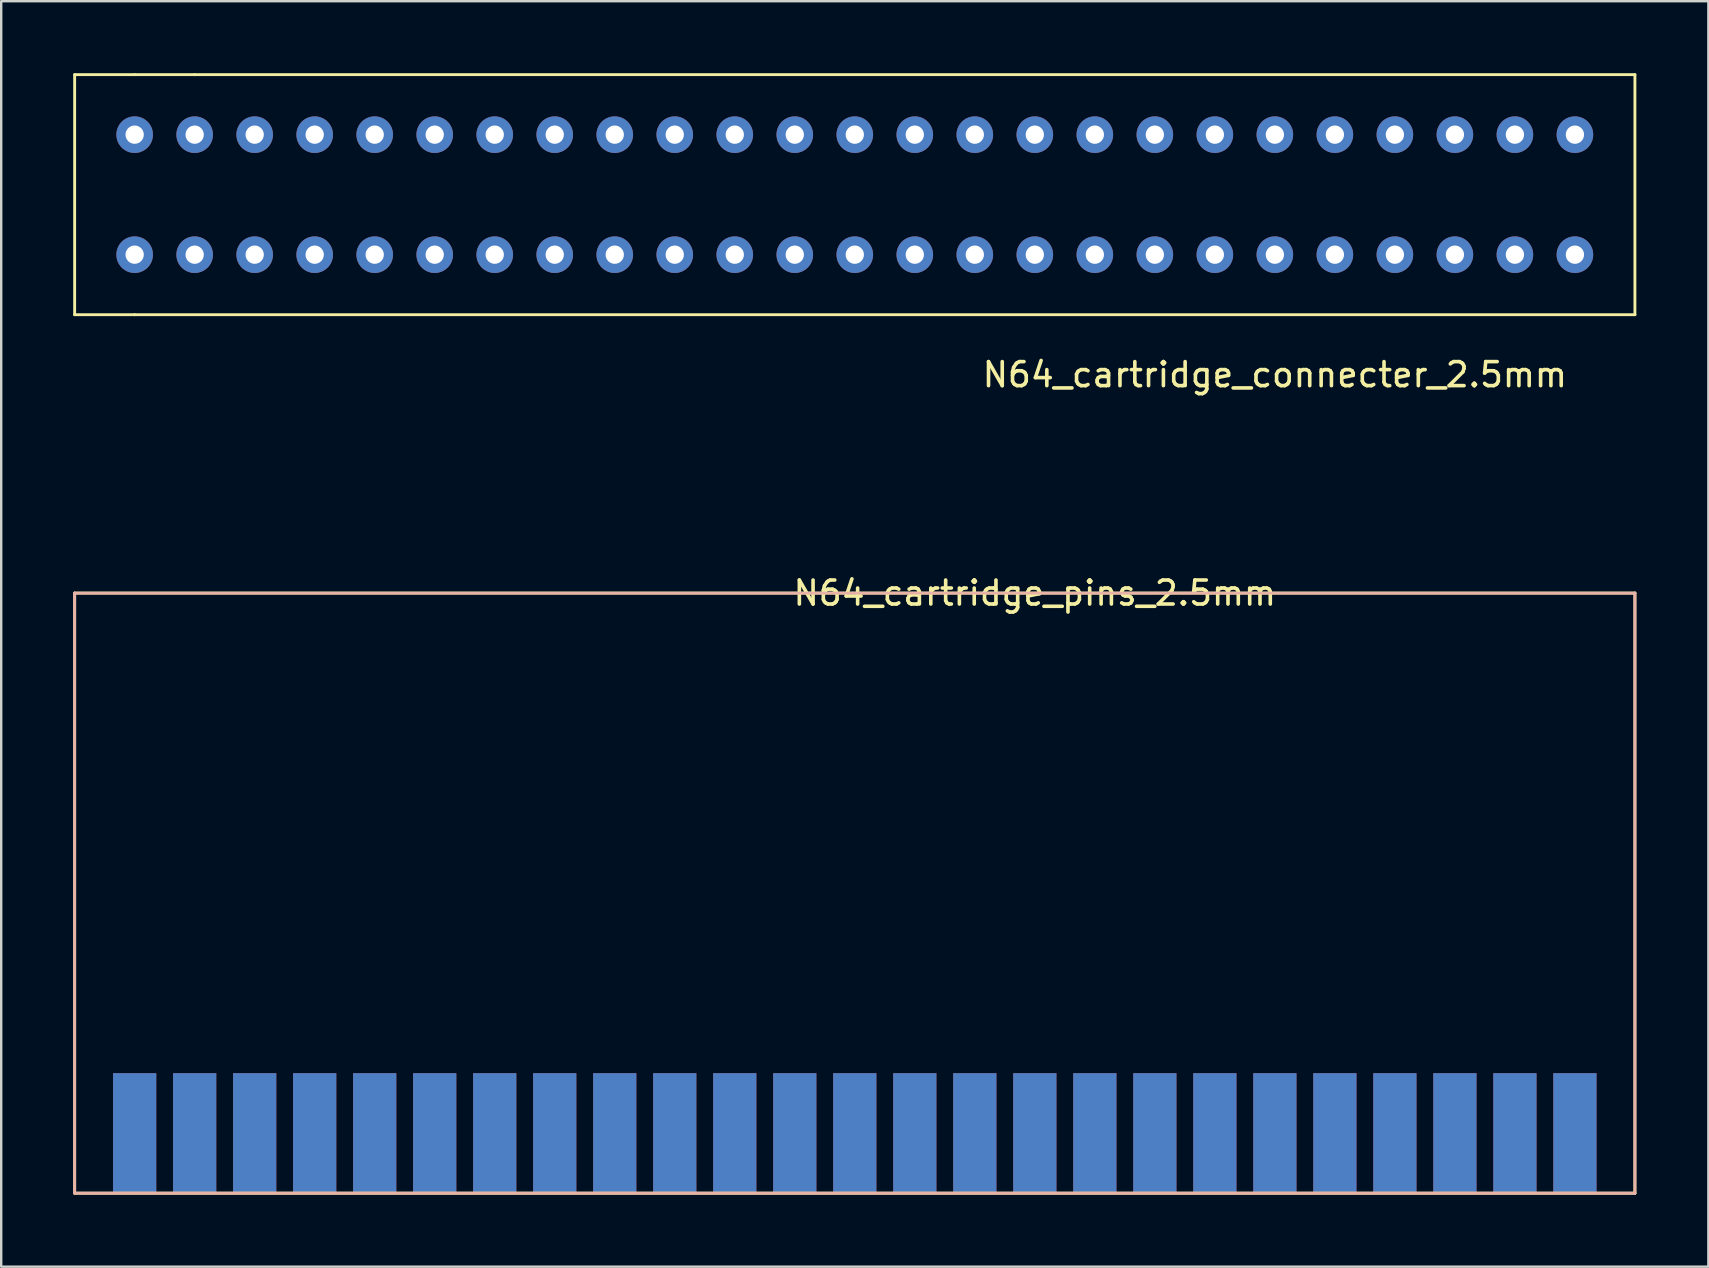
<source format=kicad_pcb>
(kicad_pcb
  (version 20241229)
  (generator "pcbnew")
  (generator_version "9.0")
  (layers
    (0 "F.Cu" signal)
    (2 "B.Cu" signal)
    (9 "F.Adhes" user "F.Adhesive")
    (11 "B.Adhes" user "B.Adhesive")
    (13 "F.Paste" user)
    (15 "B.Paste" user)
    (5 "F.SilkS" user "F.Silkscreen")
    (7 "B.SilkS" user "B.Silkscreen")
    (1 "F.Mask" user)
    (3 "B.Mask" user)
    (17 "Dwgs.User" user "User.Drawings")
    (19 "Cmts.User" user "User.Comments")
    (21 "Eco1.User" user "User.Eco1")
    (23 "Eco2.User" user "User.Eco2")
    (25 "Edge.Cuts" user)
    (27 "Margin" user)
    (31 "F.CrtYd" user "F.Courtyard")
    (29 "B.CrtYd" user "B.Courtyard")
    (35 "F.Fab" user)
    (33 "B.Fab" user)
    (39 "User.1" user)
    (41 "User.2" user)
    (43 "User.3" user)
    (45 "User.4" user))
  (footprint "N64_cartridge_pins_2.5mm"
    (layer "F.Cu")
    (at 27.56 16.658)
    (property "Reference" "N64_cartridge_pins_2.5mm" (at 12.5 5 0) (layer "F.SilkS") (effects (font (size 1 1) (thickness 0.15))))
    (attr through_hole)
    (fp_line (start -27.5 5) (end -27.5 30) (stroke (width 0.12) (type solid)) (layer "F.SilkS"))
    (fp_line (start -27.5 30) (end 37.5 30) (stroke (width 0.12) (type solid)) (layer "F.SilkS"))
    (fp_line (start 37.5 5) (end -27.5 5) (stroke (width 0.12) (type solid)) (layer "F.SilkS"))
    (fp_line (start 37.5 30) (end 37.5 5) (stroke (width 0.12) (type solid)) (layer "F.SilkS"))
    (fp_line (start -27.5 5) (end 37.5 5) (stroke (width 0.12) (type solid)) (layer "B.SilkS"))
    (fp_line (start -27.5 30) (end -27.5 5) (stroke (width 0.12) (type solid)) (layer "B.SilkS"))
    (fp_line (start 37.5 5) (end 37.5 30) (stroke (width 0.12) (type solid)) (layer "B.SilkS"))
    (fp_line (start 37.5 30) (end -27.5 30) (stroke (width 0.12) (type solid)) (layer "B.SilkS"))
    (pad "1" smd rect (at -25 27.5) (size 1.8 5) (layers "F.Cu" "F.Mask" "F.Paste"))
    (pad "2" smd rect (at -22.5 27.5) (size 1.8 5) (layers "F.Cu" "F.Mask" "F.Paste"))
    (pad "3" smd rect (at -20 27.5) (size 1.8 5) (layers "F.Cu" "F.Mask" "F.Paste"))
    (pad "4" smd rect (at -17.5 27.5) (size 1.8 5) (layers "F.Cu" "F.Mask" "F.Paste"))
    (pad "5" smd rect (at -15 27.5) (size 1.8 5) (layers "F.Cu" "F.Mask" "F.Paste"))
    (pad "6" smd rect (at -12.5 27.5) (size 1.8 5) (layers "F.Cu" "F.Mask" "F.Paste"))
    (pad "7" smd rect (at -10 27.5) (size 1.8 5) (layers "F.Cu" "F.Mask" "F.Paste"))
    (pad "8" smd rect (at -7.5 27.5) (size 1.8 5) (layers "F.Cu" "F.Mask" "F.Paste"))
    (pad "9" smd rect (at -5 27.5) (size 1.8 5) (layers "F.Cu" "F.Mask" "F.Paste"))
    (pad "10" smd rect (at -2.5 27.5) (size 1.8 5) (layers "F.Cu" "F.Mask" "F.Paste"))
    (pad "11" smd rect (at 0 27.5) (size 1.8 5) (layers "F.Cu" "F.Mask" "F.Paste"))
    (pad "12" smd rect (at 2.5 27.5) (size 1.8 5) (layers "F.Cu" "F.Mask" "F.Paste"))
    (pad "13" smd rect (at 5 27.5) (size 1.8 5) (layers "F.Cu" "F.Mask" "F.Paste"))
    (pad "14" smd rect (at 7.5 27.5) (size 1.8 5) (layers "F.Cu" "F.Mask" "F.Paste"))
    (pad "15" smd rect (at 10 27.5) (size 1.8 5) (layers "F.Cu" "F.Mask" "F.Paste"))
    (pad "16" smd rect (at 12.5 27.5) (size 1.8 5) (layers "F.Cu" "F.Mask" "F.Paste"))
    (pad "17" smd rect (at 15 27.5) (size 1.8 5) (layers "F.Cu" "F.Mask" "F.Paste"))
    (pad "18" smd rect (at 17.5 27.5) (size 1.8 5) (layers "F.Cu" "F.Mask" "F.Paste"))
    (pad "19" smd rect (at 20 27.5) (size 1.8 5) (layers "F.Cu" "F.Mask" "F.Paste"))
    (pad "20" smd rect (at 22.5 27.5) (size 1.8 5) (layers "F.Cu" "F.Mask" "F.Paste"))
    (pad "21" smd rect (at 25 27.5) (size 1.8 5) (layers "F.Cu" "F.Mask" "F.Paste"))
    (pad "22" smd rect (at 27.5 27.5) (size 1.8 5) (layers "F.Cu" "F.Mask" "F.Paste"))
    (pad "23" smd rect (at 30 27.5) (size 1.8 5) (layers "F.Cu" "F.Mask" "F.Paste"))
    (pad "24" smd rect (at 32.5 27.5) (size 1.8 5) (layers "F.Cu" "F.Mask" "F.Paste"))
    (pad "25" smd rect (at 35 27.5) (size 1.8 5) (layers "F.Cu" "F.Mask" "F.Paste"))
    (pad "26" smd rect (at -25 27.5) (size 1.8 5) (layers "B.Cu" "B.Mask" "B.Paste"))
    (pad "27" smd rect (at -22.5 27.5) (size 1.8 5) (layers "B.Cu" "B.Mask" "B.Paste"))
    (pad "28" smd rect (at -20 27.5) (size 1.8 5) (layers "B.Cu" "B.Mask" "B.Paste"))
    (pad "29" smd rect (at -17.5 27.5) (size 1.8 5) (layers "B.Cu" "B.Mask" "B.Paste"))
    (pad "30" smd rect (at -15 27.5) (size 1.8 5) (layers "B.Cu" "B.Mask" "B.Paste"))
    (pad "31" smd rect (at -12.5 27.5) (size 1.8 5) (layers "B.Cu" "B.Mask" "B.Paste"))
    (pad "32" smd rect (at -10 27.5) (size 1.8 5) (layers "B.Cu" "B.Mask" "B.Paste"))
    (pad "33" smd rect (at -7.5 27.5) (size 1.8 5) (layers "B.Cu" "B.Mask" "B.Paste"))
    (pad "34" smd rect (at -5 27.5) (size 1.8 5) (layers "B.Cu" "B.Mask" "B.Paste"))
    (pad "35" smd rect (at -2.5 27.5) (size 1.8 5) (layers "B.Cu" "B.Mask" "B.Paste"))
    (pad "36" smd rect (at 0 27.5) (size 1.8 5) (layers "B.Cu" "B.Mask" "B.Paste"))
    (pad "37" smd rect (at 2.5 27.5) (size 1.8 5) (layers "B.Cu" "B.Mask" "B.Paste"))
    (pad "38" smd rect (at 5 27.5) (size 1.8 5) (layers "B.Cu" "B.Mask" "B.Paste"))
    (pad "39" smd rect (at 7.5 27.5) (size 1.8 5) (layers "B.Cu" "B.Mask" "B.Paste"))
    (pad "40" smd rect (at 10 27.5) (size 1.8 5) (layers "B.Cu" "B.Mask" "B.Paste"))
    (pad "41" smd rect (at 12.5 27.5) (size 1.8 5) (layers "B.Cu" "B.Mask" "B.Paste"))
    (pad "42" smd rect (at 15 27.5) (size 1.8 5) (layers "B.Cu" "B.Mask" "B.Paste"))
    (pad "43" smd rect (at 17.5 27.5) (size 1.8 5) (layers "B.Cu" "B.Mask" "B.Paste"))
    (pad "44" smd rect (at 20 27.5) (size 1.8 5) (layers "B.Cu" "B.Mask" "B.Paste"))
    (pad "45" smd rect (at 22.5 27.5) (size 1.8 5) (layers "B.Cu" "B.Mask" "B.Paste"))
    (pad "46" smd rect (at 25 27.5) (size 1.8 5) (layers "B.Cu" "B.Mask" "B.Paste"))
    (pad "47" smd rect (at 27.5 27.5) (size 1.8 5) (layers "B.Cu" "B.Mask" "B.Paste"))
    (pad "48" smd rect (at 30 27.5) (size 1.8 5) (layers "B.Cu" "B.Mask" "B.Paste"))
    (pad "49" smd rect (at 32.5 27.5) (size 1.8 5) (layers "B.Cu" "B.Mask" "B.Paste"))
    (pad "50" smd rect (at 35 27.5) (size 1.8 5) (layers "B.Cu" "B.Mask" "B.Paste")))
  (footprint "N64_cartridge_connecter_2.5mm"
    (layer "F.Cu")
    (at 35.06 5.06)
    (property "Reference" "N64_cartridge_connecter_2.5mm" (at 15 7.5 0) (layer "F.SilkS") (effects (font (size 1 1) (thickness 0.15))))
    (attr through_hole)
    (fp_line (start -35 -5) (end -35 5) (stroke (width 0.12) (type solid)) (layer "F.SilkS"))
    (fp_line (start -35 -5) (end -32.5 -5) (stroke (width 0.12) (type solid)) (layer "F.SilkS"))
    (fp_line (start -35 5) (end -32.5 5) (stroke (width 0.12) (type solid)) (layer "F.SilkS"))
    (fp_line (start -32.5 5) (end 30 5) (stroke (width 0.12) (type solid)) (layer "F.SilkS"))
    (fp_line (start -30 -5) (end -32.5 -5) (stroke (width 0.12) (type solid)) (layer "F.SilkS"))
    (fp_line (start 30 -5) (end -30 -5) (stroke (width 0.12) (type solid)) (layer "F.SilkS"))
    (fp_line (start 30 5) (end 30 -5) (stroke (width 0.12) (type solid)) (layer "F.SilkS"))
    (pad "1" thru_hole circle (at -32.5 2.5) (size 1.524 1.524) (drill 0.762) (layers "*.Cu" "*.Mask"))
    (pad "2" thru_hole circle (at -30 2.5) (size 1.524 1.524) (drill 0.762) (layers "*.Cu" "*.Mask"))
    (pad "3" thru_hole circle (at -27.5 2.5) (size 1.524 1.524) (drill 0.762) (layers "*.Cu" "*.Mask"))
    (pad "4" thru_hole circle (at -25 2.5) (size 1.524 1.524) (drill 0.762) (layers "*.Cu" "*.Mask"))
    (pad "5" thru_hole circle (at -22.5 2.5) (size 1.524 1.524) (drill 0.762) (layers "*.Cu" "*.Mask"))
    (pad "6" thru_hole circle (at -20 2.5) (size 1.524 1.524) (drill 0.762) (layers "*.Cu" "*.Mask"))
    (pad "7" thru_hole circle (at -17.5 2.5) (size 1.524 1.524) (drill 0.762) (layers "*.Cu" "*.Mask"))
    (pad "8" thru_hole circle (at -15 2.5) (size 1.524 1.524) (drill 0.762) (layers "*.Cu" "*.Mask"))
    (pad "9" thru_hole circle (at -12.5 2.5) (size 1.524 1.524) (drill 0.762) (layers "*.Cu" "*.Mask"))
    (pad "10" thru_hole circle (at -10 2.5) (size 1.524 1.524) (drill 0.762) (layers "*.Cu" "*.Mask"))
    (pad "11" thru_hole circle (at -7.5 2.5) (size 1.524 1.524) (drill 0.762) (layers "*.Cu" "*.Mask"))
    (pad "12" thru_hole circle (at -5 2.5) (size 1.524 1.524) (drill 0.762) (layers "*.Cu" "*.Mask"))
    (pad "13" thru_hole circle (at -2.5 2.5) (size 1.524 1.524) (drill 0.762) (layers "*.Cu" "*.Mask"))
    (pad "14" thru_hole circle (at 0 2.5) (size 1.524 1.524) (drill 0.762) (layers "*.Cu" "*.Mask"))
    (pad "15" thru_hole circle (at 2.5 2.5) (size 1.524 1.524) (drill 0.762) (layers "*.Cu" "*.Mask"))
    (pad "16" thru_hole circle (at 5 2.5) (size 1.524 1.524) (drill 0.762) (layers "*.Cu" "*.Mask"))
    (pad "17" thru_hole circle (at 7.5 2.5) (size 1.524 1.524) (drill 0.762) (layers "*.Cu" "*.Mask"))
    (pad "18" thru_hole circle (at 10 2.5) (size 1.524 1.524) (drill 0.762) (layers "*.Cu" "*.Mask"))
    (pad "19" thru_hole circle (at 12.5 2.5) (size 1.524 1.524) (drill 0.762) (layers "*.Cu" "*.Mask"))
    (pad "20" thru_hole circle (at 15 2.5) (size 1.524 1.524) (drill 0.762) (layers "*.Cu" "*.Mask"))
    (pad "21" thru_hole circle (at 17.5 2.5) (size 1.524 1.524) (drill 0.762) (layers "*.Cu" "*.Mask"))
    (pad "22" thru_hole circle (at 20 2.5) (size 1.524 1.524) (drill 0.762) (layers "*.Cu" "*.Mask"))
    (pad "23" thru_hole circle (at 22.5 2.5) (size 1.524 1.524) (drill 0.762) (layers "*.Cu" "*.Mask"))
    (pad "24" thru_hole circle (at 25 2.5) (size 1.524 1.524) (drill 0.762) (layers "*.Cu" "*.Mask"))
    (pad "25" thru_hole circle (at 27.5 2.5) (size 1.524 1.524) (drill 0.762) (layers "*.Cu" "*.Mask"))
    (pad "26" thru_hole circle (at -32.5 -2.5) (size 1.524 1.524) (drill 0.762) (layers "*.Cu" "*.Mask"))
    (pad "27" thru_hole circle (at -30 -2.5) (size 1.524 1.524) (drill 0.762) (layers "*.Cu" "*.Mask"))
    (pad "28" thru_hole circle (at -27.5 -2.5) (size 1.524 1.524) (drill 0.762) (layers "*.Cu" "*.Mask"))
    (pad "29" thru_hole circle (at -25 -2.5) (size 1.524 1.524) (drill 0.762) (layers "*.Cu" "*.Mask"))
    (pad "30" thru_hole circle (at -22.5 -2.5) (size 1.524 1.524) (drill 0.762) (layers "*.Cu" "*.Mask"))
    (pad "31" thru_hole circle (at -20 -2.5) (size 1.524 1.524) (drill 0.762) (layers "*.Cu" "*.Mask"))
    (pad "32" thru_hole circle (at -17.5 -2.5) (size 1.524 1.524) (drill 0.762) (layers "*.Cu" "*.Mask"))
    (pad "33" thru_hole circle (at -15 -2.5) (size 1.524 1.524) (drill 0.762) (layers "*.Cu" "*.Mask"))
    (pad "34" thru_hole circle (at -12.5 -2.5) (size 1.524 1.524) (drill 0.762) (layers "*.Cu" "*.Mask"))
    (pad "35" thru_hole circle (at -10 -2.5) (size 1.524 1.524) (drill 0.762) (layers "*.Cu" "*.Mask"))
    (pad "36" thru_hole circle (at -7.5 -2.5) (size 1.524 1.524) (drill 0.762) (layers "*.Cu" "*.Mask"))
    (pad "37" thru_hole circle (at -5 -2.5) (size 1.524 1.524) (drill 0.762) (layers "*.Cu" "*.Mask"))
    (pad "38" thru_hole circle (at -2.5 -2.5) (size 1.524 1.524) (drill 0.762) (layers "*.Cu" "*.Mask"))
    (pad "39" thru_hole circle (at 0 -2.5) (size 1.524 1.524) (drill 0.762) (layers "*.Cu" "*.Mask"))
    (pad "40" thru_hole circle (at 2.5 -2.5) (size 1.524 1.524) (drill 0.762) (layers "*.Cu" "*.Mask"))
    (pad "41" thru_hole circle (at 5 -2.5) (size 1.524 1.524) (drill 0.762) (layers "*.Cu" "*.Mask"))
    (pad "42" thru_hole circle (at 7.5 -2.5) (size 1.524 1.524) (drill 0.762) (layers "*.Cu" "*.Mask"))
    (pad "43" thru_hole circle (at 10 -2.5) (size 1.524 1.524) (drill 0.762) (layers "*.Cu" "*.Mask"))
    (pad "44" thru_hole circle (at 12.5 -2.5) (size 1.524 1.524) (drill 0.762) (layers "*.Cu" "*.Mask"))
    (pad "45" thru_hole circle (at 15 -2.5) (size 1.524 1.524) (drill 0.762) (layers "*.Cu" "*.Mask"))
    (pad "46" thru_hole circle (at 17.5 -2.5) (size 1.524 1.524) (drill 0.762) (layers "*.Cu" "*.Mask"))
    (pad "47" thru_hole circle (at 20 -2.5) (size 1.524 1.524) (drill 0.762) (layers "*.Cu" "*.Mask"))
    (pad "48" thru_hole circle (at 22.5 -2.5) (size 1.524 1.524) (drill 0.762) (layers "*.Cu" "*.Mask"))
    (pad "49" thru_hole circle (at 25 -2.5) (size 1.524 1.524) (drill 0.762) (layers "*.Cu" "*.Mask"))
    (pad "50" thru_hole circle (at 27.5 -2.5) (size 1.524 1.524) (drill 0.762) (layers "*.Cu" "*.Mask")))
  (gr_rect
    (start -3 -3)
    (end 68.12 49.718)
    (stroke (width 0.1) (type default))
    (fill no)
    (layer "Edge.Cuts")))
</source>
